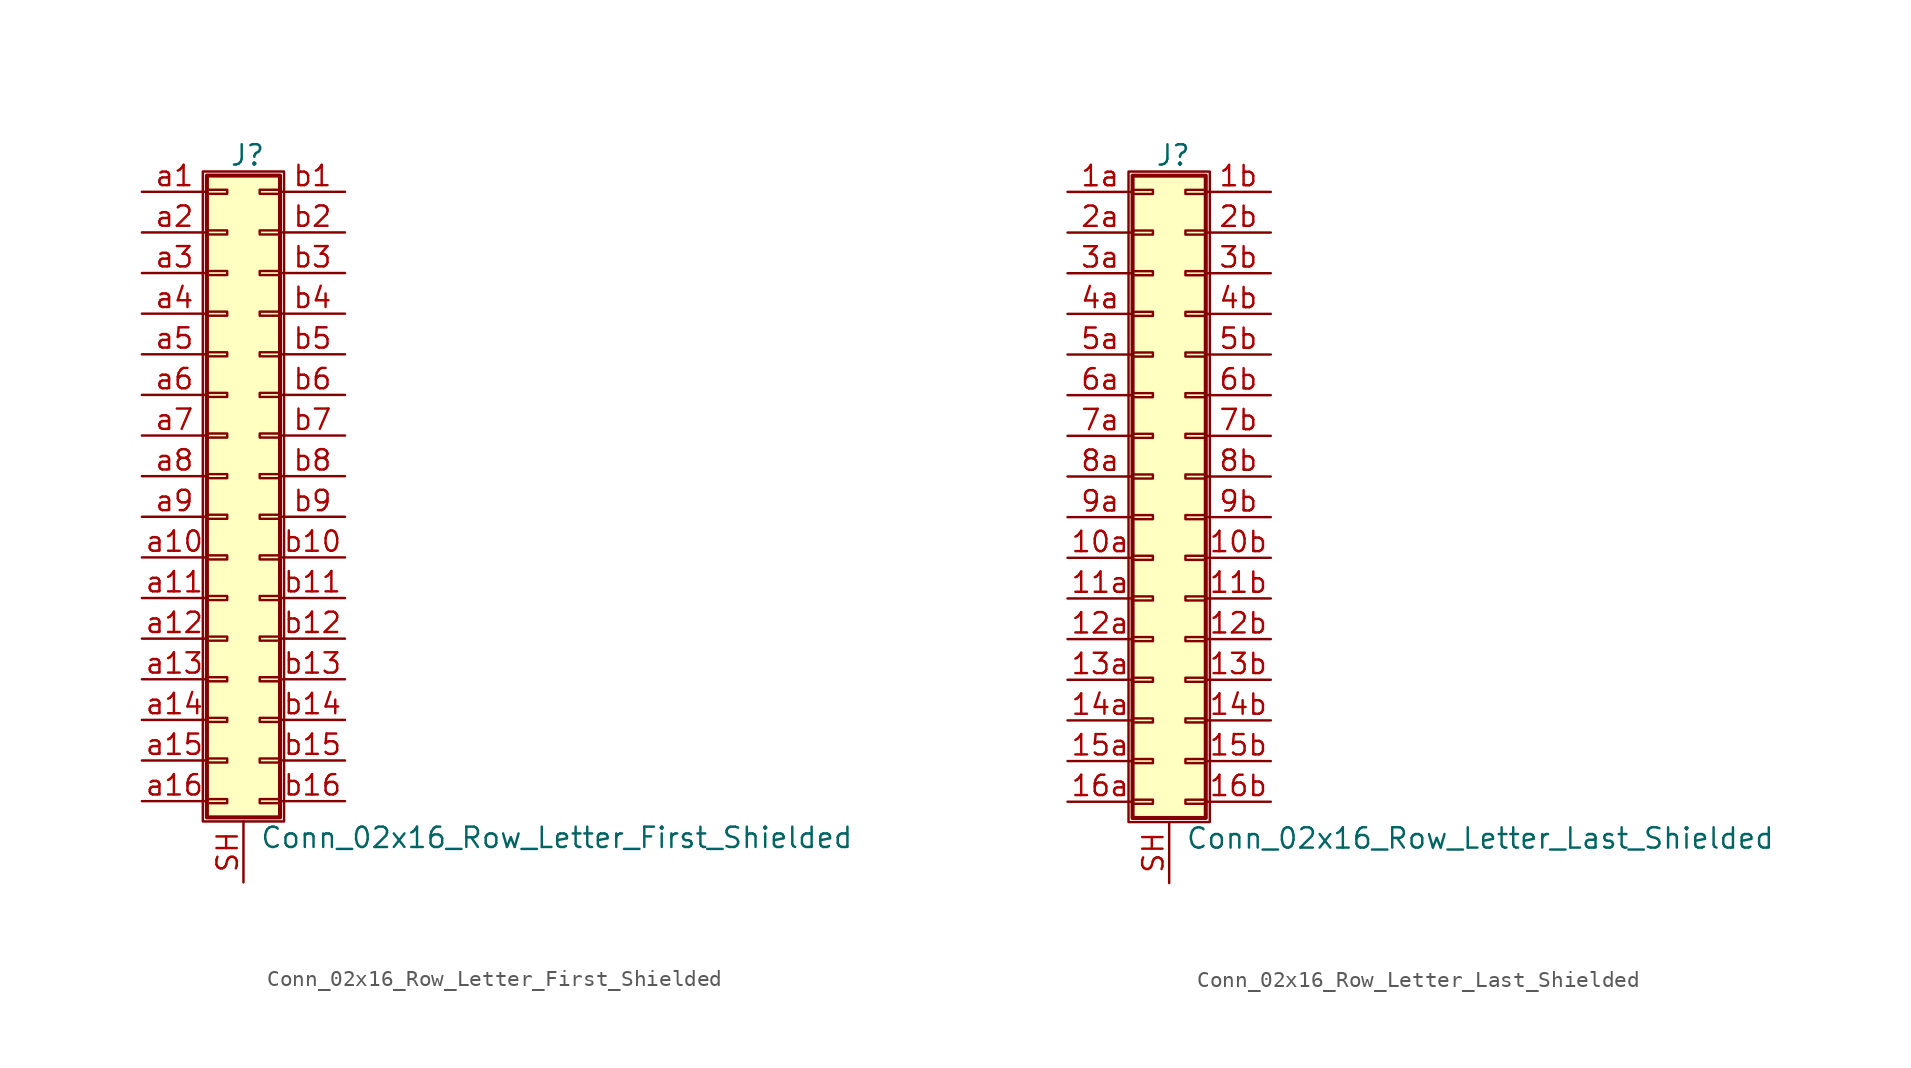
<source format=kicad_sym>
(kicad_symbol_lib
  (version 20201005)
  (generator kicad_symbol_editor)
  (symbol "Conn_02x16_Row_Letter_First_Shielded"
    (pin_names
      (offset 1.016) hide)
    (property "Reference" "J"
      (at 1.524 20.066 0)
      (effects (font (size 1.27 1.27))))
    (property "Value" "Conn_02x16_Row_Letter_First_Shielded"
      (at 2.286 -22.606 0)
      (effects (font (size 1.27 1.27)) (justify left)))
    (symbol "Conn_02x16_Row_Letter_First_Shielded_1_1"
      (rectangle (start -1.27 19.05) (end 3.81 -21.59) (stroke (width 0.152)) (fill (type none)))
      (rectangle (start -1.016 -20.193) (end 0.254 -20.447) (stroke (width 0.152)) (fill (type none)))
      (rectangle (start -1.016 -17.653) (end 0.254 -17.907) (stroke (width 0.152)) (fill (type none)))
      (rectangle (start -1.016 -15.113) (end 0.254 -15.367) (stroke (width 0.152)) (fill (type none)))
      (rectangle (start -1.016 -12.573) (end 0.254 -12.827) (stroke (width 0.152)) (fill (type none)))
      (rectangle (start -1.016 -10.033) (end 0.254 -10.287) (stroke (width 0.152)) (fill (type none)))
      (rectangle (start -1.016 -7.493) (end 0.254 -7.747) (stroke (width 0.152)) (fill (type none)))
      (rectangle (start -1.016 -4.953) (end 0.254 -5.207) (stroke (width 0.152)) (fill (type none)))
      (rectangle (start -1.016 -2.413) (end 0.254 -2.667) (stroke (width 0.152)) (fill (type none)))
      (rectangle (start -1.016 0.127) (end 0.254 -0.127) (stroke (width 0.152)) (fill (type none)))
      (rectangle (start -1.016 2.667) (end 0.254 2.413) (stroke (width 0.152)) (fill (type none)))
      (rectangle (start -1.016 5.207) (end 0.254 4.953) (stroke (width 0.152)) (fill (type none)))
      (rectangle (start -1.016 7.747) (end 0.254 7.493) (stroke (width 0.152)) (fill (type none)))
      (rectangle (start -1.016 10.287) (end 0.254 10.033) (stroke (width 0.152)) (fill (type none)))
      (rectangle (start -1.016 12.827) (end 0.254 12.573) (stroke (width 0.152)) (fill (type none)))
      (rectangle (start -1.016 15.367) (end 0.254 15.113) (stroke (width 0.152)) (fill (type none)))
      (rectangle (start -1.016 17.907) (end 0.254 17.653) (stroke (width 0.152)) (fill (type none)))
      (rectangle (start -1.016 18.796) (end 3.556 -21.336) (stroke (width 0.254)) (fill (type background)))
      (rectangle (start 3.556 -20.193) (end 2.286 -20.447) (stroke (width 0.152)) (fill (type none)))
      (rectangle (start 3.556 -17.653) (end 2.286 -17.907) (stroke (width 0.152)) (fill (type none)))
      (rectangle (start 3.556 -15.113) (end 2.286 -15.367) (stroke (width 0.152)) (fill (type none)))
      (rectangle (start 3.556 -12.573) (end 2.286 -12.827) (stroke (width 0.152)) (fill (type none)))
      (rectangle (start 3.556 -10.033) (end 2.286 -10.287) (stroke (width 0.152)) (fill (type none)))
      (rectangle (start 3.556 -7.493) (end 2.286 -7.747) (stroke (width 0.152)) (fill (type none)))
      (rectangle (start 3.556 -4.953) (end 2.286 -5.207) (stroke (width 0.152)) (fill (type none)))
      (rectangle (start 3.556 -2.413) (end 2.286 -2.667) (stroke (width 0.152)) (fill (type none)))
      (rectangle (start 3.556 0.127) (end 2.286 -0.127) (stroke (width 0.152)) (fill (type none)))
      (rectangle (start 3.556 2.667) (end 2.286 2.413) (stroke (width 0.152)) (fill (type none)))
      (rectangle (start 3.556 5.207) (end 2.286 4.953) (stroke (width 0.152)) (fill (type none)))
      (rectangle (start 3.556 7.747) (end 2.286 7.493) (stroke (width 0.152)) (fill (type none)))
      (rectangle (start 3.556 10.287) (end 2.286 10.033) (stroke (width 0.152)) (fill (type none)))
      (rectangle (start 3.556 12.827) (end 2.286 12.573) (stroke (width 0.152)) (fill (type none)))
      (rectangle (start 3.556 15.367) (end 2.286 15.113) (stroke (width 0.152)) (fill (type none)))
      (rectangle (start 3.556 17.907) (end 2.286 17.653) (stroke (width 0.152)) (fill (type none)))
      (pin passive line (at 1.27 -25.4 90) (length 3.81) (name "Shield" (effects (font (size 1.27 1.27)))) (number "SH" (effects (font (size 1.27 1.27)))))
      (pin passive line (at -5.08 17.78 0) (length 4.064) (name "Pin_a1" (effects (font (size 1.27 1.27)))) (number "a1" (effects (font (size 1.27 1.27)))))
      (pin passive line (at -5.08 -5.08 0) (length 4.064) (name "Pin_a10" (effects (font (size 1.27 1.27)))) (number "a10" (effects (font (size 1.27 1.27)))))
      (pin passive line (at -5.08 -7.62 0) (length 4.064) (name "Pin_a11" (effects (font (size 1.27 1.27)))) (number "a11" (effects (font (size 1.27 1.27)))))
      (pin passive line (at -5.08 -10.16 0) (length 4.064) (name "Pin_a12" (effects (font (size 1.27 1.27)))) (number "a12" (effects (font (size 1.27 1.27)))))
      (pin passive line (at -5.08 -12.7 0) (length 4.064) (name "Pin_a13" (effects (font (size 1.27 1.27)))) (number "a13" (effects (font (size 1.27 1.27)))))
      (pin passive line (at -5.08 -15.24 0) (length 4.064) (name "Pin_a14" (effects (font (size 1.27 1.27)))) (number "a14" (effects (font (size 1.27 1.27)))))
      (pin passive line (at -5.08 -17.78 0) (length 4.064) (name "Pin_a15" (effects (font (size 1.27 1.27)))) (number "a15" (effects (font (size 1.27 1.27)))))
      (pin passive line (at -5.08 -20.32 0) (length 4.064) (name "Pin_a16" (effects (font (size 1.27 1.27)))) (number "a16" (effects (font (size 1.27 1.27)))))
      (pin passive line (at -5.08 15.24 0) (length 4.064) (name "Pin_a2" (effects (font (size 1.27 1.27)))) (number "a2" (effects (font (size 1.27 1.27)))))
      (pin passive line (at -5.08 12.7 0) (length 4.064) (name "Pin_a3" (effects (font (size 1.27 1.27)))) (number "a3" (effects (font (size 1.27 1.27)))))
      (pin passive line (at -5.08 10.16 0) (length 4.064) (name "Pin_a4" (effects (font (size 1.27 1.27)))) (number "a4" (effects (font (size 1.27 1.27)))))
      (pin passive line (at -5.08 7.62 0) (length 4.064) (name "Pin_a5" (effects (font (size 1.27 1.27)))) (number "a5" (effects (font (size 1.27 1.27)))))
      (pin passive line (at -5.08 5.08 0) (length 4.064) (name "Pin_a6" (effects (font (size 1.27 1.27)))) (number "a6" (effects (font (size 1.27 1.27)))))
      (pin passive line (at -5.08 2.54 0) (length 4.064) (name "Pin_a7" (effects (font (size 1.27 1.27)))) (number "a7" (effects (font (size 1.27 1.27)))))
      (pin passive line (at -5.08 0 0) (length 4.064) (name "Pin_a8" (effects (font (size 1.27 1.27)))) (number "a8" (effects (font (size 1.27 1.27)))))
      (pin passive line (at -5.08 -2.54 0) (length 4.064) (name "Pin_a9" (effects (font (size 1.27 1.27)))) (number "a9" (effects (font (size 1.27 1.27)))))
      (pin passive line (at 7.62 17.78 180) (length 4.064) (name "Pin_b1" (effects (font (size 1.27 1.27)))) (number "b1" (effects (font (size 1.27 1.27)))))
      (pin passive line (at 7.62 -5.08 180) (length 4.064) (name "Pin_b10" (effects (font (size 1.27 1.27)))) (number "b10" (effects (font (size 1.27 1.27)))))
      (pin passive line (at 7.62 -7.62 180) (length 4.064) (name "Pin_b11" (effects (font (size 1.27 1.27)))) (number "b11" (effects (font (size 1.27 1.27)))))
      (pin passive line (at 7.62 -10.16 180) (length 4.064) (name "Pin_b12" (effects (font (size 1.27 1.27)))) (number "b12" (effects (font (size 1.27 1.27)))))
      (pin passive line (at 7.62 -12.7 180) (length 4.064) (name "Pin_b13" (effects (font (size 1.27 1.27)))) (number "b13" (effects (font (size 1.27 1.27)))))
      (pin passive line (at 7.62 -15.24 180) (length 4.064) (name "Pin_b14" (effects (font (size 1.27 1.27)))) (number "b14" (effects (font (size 1.27 1.27)))))
      (pin passive line (at 7.62 -17.78 180) (length 4.064) (name "Pin_b15" (effects (font (size 1.27 1.27)))) (number "b15" (effects (font (size 1.27 1.27)))))
      (pin passive line (at 7.62 -20.32 180) (length 4.064) (name "Pin_b16" (effects (font (size 1.27 1.27)))) (number "b16" (effects (font (size 1.27 1.27)))))
      (pin passive line (at 7.62 15.24 180) (length 4.064) (name "Pin_b2" (effects (font (size 1.27 1.27)))) (number "b2" (effects (font (size 1.27 1.27)))))
      (pin passive line (at 7.62 12.7 180) (length 4.064) (name "Pin_b3" (effects (font (size 1.27 1.27)))) (number "b3" (effects (font (size 1.27 1.27)))))
      (pin passive line (at 7.62 10.16 180) (length 4.064) (name "Pin_b4" (effects (font (size 1.27 1.27)))) (number "b4" (effects (font (size 1.27 1.27)))))
      (pin passive line (at 7.62 7.62 180) (length 4.064) (name "Pin_b5" (effects (font (size 1.27 1.27)))) (number "b5" (effects (font (size 1.27 1.27)))))
      (pin passive line (at 7.62 5.08 180) (length 4.064) (name "Pin_b6" (effects (font (size 1.27 1.27)))) (number "b6" (effects (font (size 1.27 1.27)))))
      (pin passive line (at 7.62 2.54 180) (length 4.064) (name "Pin_b7" (effects (font (size 1.27 1.27)))) (number "b7" (effects (font (size 1.27 1.27)))))
      (pin passive line (at 7.62 0 180) (length 4.064) (name "Pin_b8" (effects (font (size 1.27 1.27)))) (number "b8" (effects (font (size 1.27 1.27)))))
      (pin passive line (at 7.62 -2.54 180) (length 4.064) (name "Pin_b9" (effects (font (size 1.27 1.27)))) (number "b9" (effects (font (size 1.27 1.27)))))))
  (symbol "Conn_02x16_Row_Letter_Last_Shielded"
    (pin_names
      (offset 1.016) hide)
    (property "Reference" "J"
      (at 1.524 20.066 0)
      (effects (font (size 1.27 1.27))))
    (property "Value" "Conn_02x16_Row_Letter_Last_Shielded"
      (at 2.286 -22.606 0)
      (effects (font (size 1.27 1.27)) (justify left)))
    (symbol "Conn_02x16_Row_Letter_Last_Shielded_1_1"
      (rectangle (start -1.27 19.05) (end 3.81 -21.59) (stroke (width 0.152)) (fill (type none)))
      (rectangle (start -1.016 -20.193) (end 0.254 -20.447) (stroke (width 0.152)) (fill (type none)))
      (rectangle (start -1.016 -17.653) (end 0.254 -17.907) (stroke (width 0.152)) (fill (type none)))
      (rectangle (start -1.016 -15.113) (end 0.254 -15.367) (stroke (width 0.152)) (fill (type none)))
      (rectangle (start -1.016 -12.573) (end 0.254 -12.827) (stroke (width 0.152)) (fill (type none)))
      (rectangle (start -1.016 -10.033) (end 0.254 -10.287) (stroke (width 0.152)) (fill (type none)))
      (rectangle (start -1.016 -7.493) (end 0.254 -7.747) (stroke (width 0.152)) (fill (type none)))
      (rectangle (start -1.016 -4.953) (end 0.254 -5.207) (stroke (width 0.152)) (fill (type none)))
      (rectangle (start -1.016 -2.413) (end 0.254 -2.667) (stroke (width 0.152)) (fill (type none)))
      (rectangle (start -1.016 0.127) (end 0.254 -0.127) (stroke (width 0.152)) (fill (type none)))
      (rectangle (start -1.016 2.667) (end 0.254 2.413) (stroke (width 0.152)) (fill (type none)))
      (rectangle (start -1.016 5.207) (end 0.254 4.953) (stroke (width 0.152)) (fill (type none)))
      (rectangle (start -1.016 7.747) (end 0.254 7.493) (stroke (width 0.152)) (fill (type none)))
      (rectangle (start -1.016 10.287) (end 0.254 10.033) (stroke (width 0.152)) (fill (type none)))
      (rectangle (start -1.016 12.827) (end 0.254 12.573) (stroke (width 0.152)) (fill (type none)))
      (rectangle (start -1.016 15.367) (end 0.254 15.113) (stroke (width 0.152)) (fill (type none)))
      (rectangle (start -1.016 17.907) (end 0.254 17.653) (stroke (width 0.152)) (fill (type none)))
      (rectangle (start -1.016 18.796) (end 3.556 -21.336) (stroke (width 0.254)) (fill (type background)))
      (rectangle (start 3.556 -20.193) (end 2.286 -20.447) (stroke (width 0.152)) (fill (type none)))
      (rectangle (start 3.556 -17.653) (end 2.286 -17.907) (stroke (width 0.152)) (fill (type none)))
      (rectangle (start 3.556 -15.113) (end 2.286 -15.367) (stroke (width 0.152)) (fill (type none)))
      (rectangle (start 3.556 -12.573) (end 2.286 -12.827) (stroke (width 0.152)) (fill (type none)))
      (rectangle (start 3.556 -10.033) (end 2.286 -10.287) (stroke (width 0.152)) (fill (type none)))
      (rectangle (start 3.556 -7.493) (end 2.286 -7.747) (stroke (width 0.152)) (fill (type none)))
      (rectangle (start 3.556 -4.953) (end 2.286 -5.207) (stroke (width 0.152)) (fill (type none)))
      (rectangle (start 3.556 -2.413) (end 2.286 -2.667) (stroke (width 0.152)) (fill (type none)))
      (rectangle (start 3.556 0.127) (end 2.286 -0.127) (stroke (width 0.152)) (fill (type none)))
      (rectangle (start 3.556 2.667) (end 2.286 2.413) (stroke (width 0.152)) (fill (type none)))
      (rectangle (start 3.556 5.207) (end 2.286 4.953) (stroke (width 0.152)) (fill (type none)))
      (rectangle (start 3.556 7.747) (end 2.286 7.493) (stroke (width 0.152)) (fill (type none)))
      (rectangle (start 3.556 10.287) (end 2.286 10.033) (stroke (width 0.152)) (fill (type none)))
      (rectangle (start 3.556 12.827) (end 2.286 12.573) (stroke (width 0.152)) (fill (type none)))
      (rectangle (start 3.556 15.367) (end 2.286 15.113) (stroke (width 0.152)) (fill (type none)))
      (rectangle (start 3.556 17.907) (end 2.286 17.653) (stroke (width 0.152)) (fill (type none)))
      (pin passive line (at -5.08 -5.08 0) (length 4.064) (name "Pin_10a" (effects (font (size 1.27 1.27)))) (number "10a" (effects (font (size 1.27 1.27)))))
      (pin passive line (at 7.62 -5.08 180) (length 4.064) (name "Pin_10b" (effects (font (size 1.27 1.27)))) (number "10b" (effects (font (size 1.27 1.27)))))
      (pin passive line (at -5.08 -7.62 0) (length 4.064) (name "Pin_11a" (effects (font (size 1.27 1.27)))) (number "11a" (effects (font (size 1.27 1.27)))))
      (pin passive line (at 7.62 -7.62 180) (length 4.064) (name "Pin_11b" (effects (font (size 1.27 1.27)))) (number "11b" (effects (font (size 1.27 1.27)))))
      (pin passive line (at -5.08 -10.16 0) (length 4.064) (name "Pin_12a" (effects (font (size 1.27 1.27)))) (number "12a" (effects (font (size 1.27 1.27)))))
      (pin passive line (at 7.62 -10.16 180) (length 4.064) (name "Pin_12b" (effects (font (size 1.27 1.27)))) (number "12b" (effects (font (size 1.27 1.27)))))
      (pin passive line (at -5.08 -12.7 0) (length 4.064) (name "Pin_13a" (effects (font (size 1.27 1.27)))) (number "13a" (effects (font (size 1.27 1.27)))))
      (pin passive line (at 7.62 -12.7 180) (length 4.064) (name "Pin_13b" (effects (font (size 1.27 1.27)))) (number "13b" (effects (font (size 1.27 1.27)))))
      (pin passive line (at -5.08 -15.24 0) (length 4.064) (name "Pin_14a" (effects (font (size 1.27 1.27)))) (number "14a" (effects (font (size 1.27 1.27)))))
      (pin passive line (at 7.62 -15.24 180) (length 4.064) (name "Pin_14b" (effects (font (size 1.27 1.27)))) (number "14b" (effects (font (size 1.27 1.27)))))
      (pin passive line (at -5.08 -17.78 0) (length 4.064) (name "Pin_15a" (effects (font (size 1.27 1.27)))) (number "15a" (effects (font (size 1.27 1.27)))))
      (pin passive line (at 7.62 -17.78 180) (length 4.064) (name "Pin_15b" (effects (font (size 1.27 1.27)))) (number "15b" (effects (font (size 1.27 1.27)))))
      (pin passive line (at -5.08 -20.32 0) (length 4.064) (name "Pin_16a" (effects (font (size 1.27 1.27)))) (number "16a" (effects (font (size 1.27 1.27)))))
      (pin passive line (at 7.62 -20.32 180) (length 4.064) (name "Pin_16b" (effects (font (size 1.27 1.27)))) (number "16b" (effects (font (size 1.27 1.27)))))
      (pin passive line (at -5.08 17.78 0) (length 4.064) (name "Pin_1a" (effects (font (size 1.27 1.27)))) (number "1a" (effects (font (size 1.27 1.27)))))
      (pin passive line (at 7.62 17.78 180) (length 4.064) (name "Pin_1b" (effects (font (size 1.27 1.27)))) (number "1b" (effects (font (size 1.27 1.27)))))
      (pin passive line (at -5.08 15.24 0) (length 4.064) (name "Pin_2a" (effects (font (size 1.27 1.27)))) (number "2a" (effects (font (size 1.27 1.27)))))
      (pin passive line (at 7.62 15.24 180) (length 4.064) (name "Pin_2b" (effects (font (size 1.27 1.27)))) (number "2b" (effects (font (size 1.27 1.27)))))
      (pin passive line (at -5.08 12.7 0) (length 4.064) (name "Pin_3a" (effects (font (size 1.27 1.27)))) (number "3a" (effects (font (size 1.27 1.27)))))
      (pin passive line (at 7.62 12.7 180) (length 4.064) (name "Pin_3b" (effects (font (size 1.27 1.27)))) (number "3b" (effects (font (size 1.27 1.27)))))
      (pin passive line (at -5.08 10.16 0) (length 4.064) (name "Pin_4a" (effects (font (size 1.27 1.27)))) (number "4a" (effects (font (size 1.27 1.27)))))
      (pin passive line (at 7.62 10.16 180) (length 4.064) (name "Pin_4b" (effects (font (size 1.27 1.27)))) (number "4b" (effects (font (size 1.27 1.27)))))
      (pin passive line (at -5.08 7.62 0) (length 4.064) (name "Pin_5a" (effects (font (size 1.27 1.27)))) (number "5a" (effects (font (size 1.27 1.27)))))
      (pin passive line (at 7.62 7.62 180) (length 4.064) (name "Pin_5b" (effects (font (size 1.27 1.27)))) (number "5b" (effects (font (size 1.27 1.27)))))
      (pin passive line (at -5.08 5.08 0) (length 4.064) (name "Pin_6a" (effects (font (size 1.27 1.27)))) (number "6a" (effects (font (size 1.27 1.27)))))
      (pin passive line (at 7.62 5.08 180) (length 4.064) (name "Pin_6b" (effects (font (size 1.27 1.27)))) (number "6b" (effects (font (size 1.27 1.27)))))
      (pin passive line (at -5.08 2.54 0) (length 4.064) (name "Pin_7a" (effects (font (size 1.27 1.27)))) (number "7a" (effects (font (size 1.27 1.27)))))
      (pin passive line (at 7.62 2.54 180) (length 4.064) (name "Pin_7b" (effects (font (size 1.27 1.27)))) (number "7b" (effects (font (size 1.27 1.27)))))
      (pin passive line (at -5.08 0 0) (length 4.064) (name "Pin_8a" (effects (font (size 1.27 1.27)))) (number "8a" (effects (font (size 1.27 1.27)))))
      (pin passive line (at 7.62 0 180) (length 4.064) (name "Pin_8b" (effects (font (size 1.27 1.27)))) (number "8b" (effects (font (size 1.27 1.27)))))
      (pin passive line (at -5.08 -2.54 0) (length 4.064) (name "Pin_9a" (effects (font (size 1.27 1.27)))) (number "9a" (effects (font (size 1.27 1.27)))))
      (pin passive line (at 7.62 -2.54 180) (length 4.064) (name "Pin_9b" (effects (font (size 1.27 1.27)))) (number "9b" (effects (font (size 1.27 1.27)))))
      (pin passive line (at 1.27 -25.4 90) (length 3.81) (name "Shield" (effects (font (size 1.27 1.27)))) (number "SH" (effects (font (size 1.27 1.27))))))))
</source>
